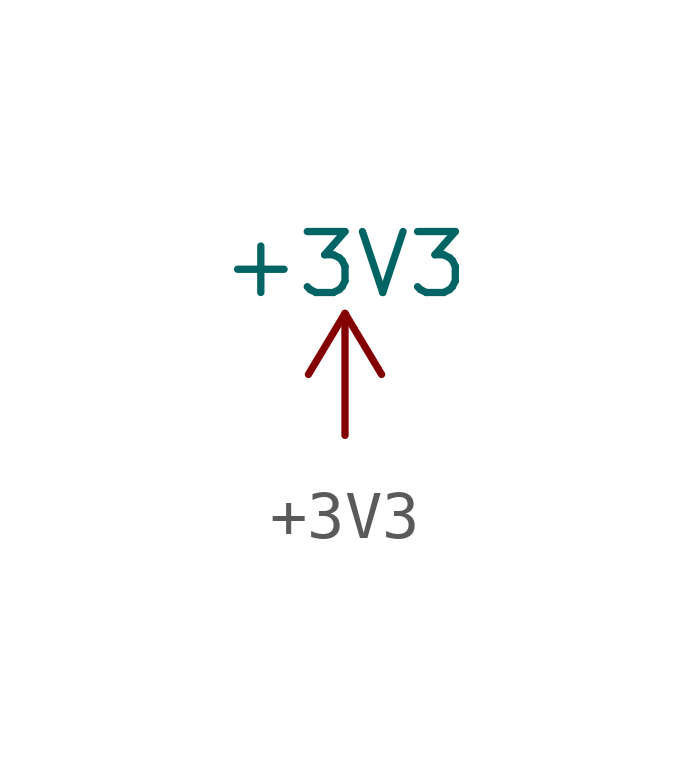
<source format=kicad_sym>
(kicad_symbol_lib
  (version 20211014)
  (generator kicad_symbol_editor)
  (symbol "power1:+3V3"
    (power)
    (pin_names
      (offset 0))
    (property "Reference" "#PWR"
      (at 0 -3.81 0)
      (effects (font (size 1.27 1.27)) hide))
    (property "Value" "+3V3"
      (at 0 3.556 0)
      (effects (font (size 1.27 1.27))))
    (symbol "+3V3_0_1"
      (polyline (pts (xy -0.762 1.27) (xy 0 2.54)) (stroke (width 0) (type default) (color 0 0 0 0)) (fill (type none)))
      (polyline (pts (xy 0 0) (xy 0 2.54)) (stroke (width 0) (type default) (color 0 0 0 0)) (fill (type none)))
      (polyline (pts (xy 0 2.54) (xy 0.762 1.27)) (stroke (width 0) (type default) (color 0 0 0 0)) (fill (type none))))
    (symbol "+3V3_1_1"
      (pin power_in line (at 0 0 90) (length 0) hide (name "+3V3" (effects (font (size 1.27 1.27)))) (number "1" (effects (font (size 1.27 1.27)))) (alternate "+3V3-OUT" power_out line)))))
</source>
